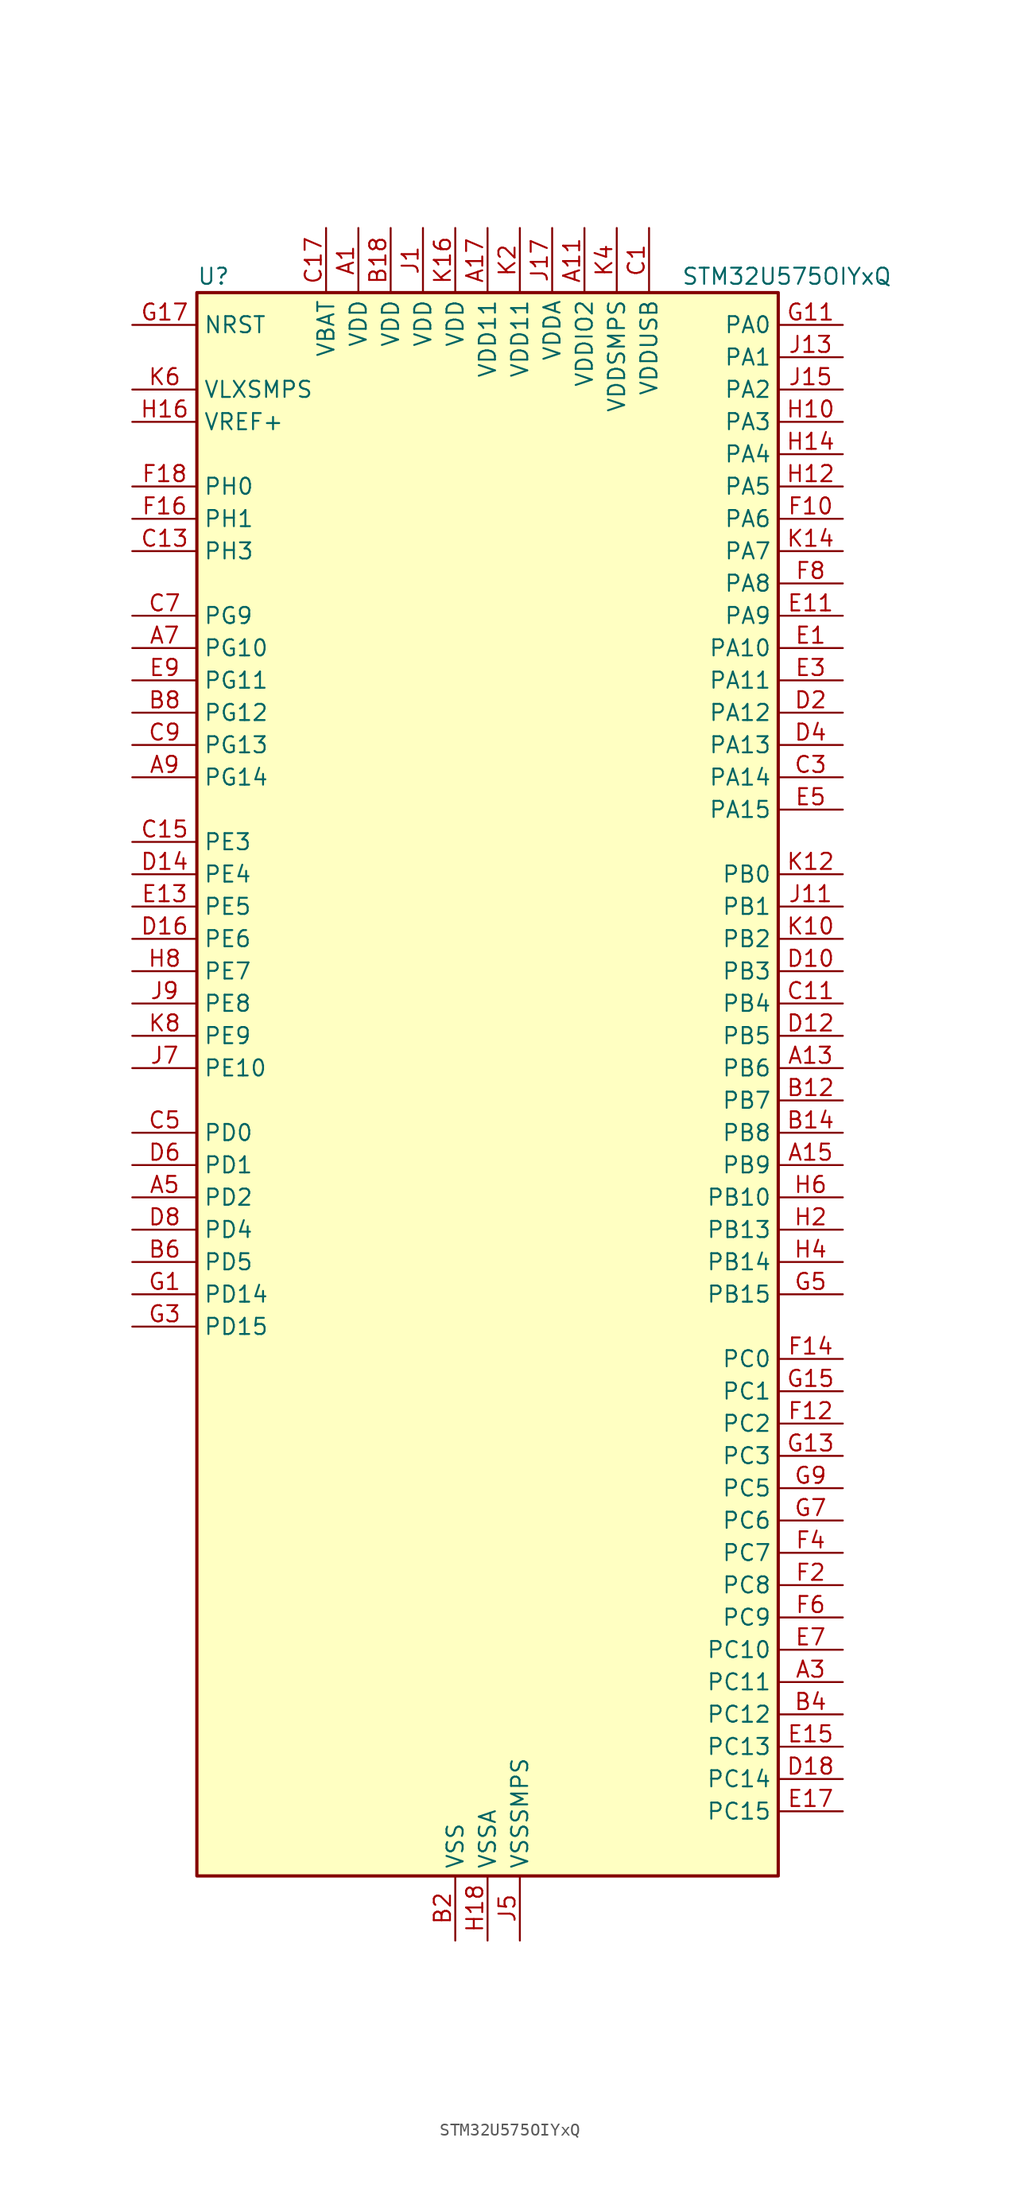
<source format=kicad_sym>
(kicad_symbol_lib
  (version 20220914)
  (generator kicad_symbol_editor)
  (symbol "STM32U575OIYxQ"
    (property "Reference" "U"
      (at -22.86 64.77 0)
      (effects (font (size 1.27 1.27)) (justify left)))
    (property "Value" "STM32U575OIYxQ"
      (at 15.24 64.77 0)
      (effects (font (size 1.27 1.27)) (justify left)))
    (property "ki_locked" ""
      (at 0 0 0)
      (effects (font (size 1.27 1.27))))
    (symbol "STM32U575OIYxQ_0_1"
      (rectangle (start -22.86 -60.96) (end 22.86 63.5) (stroke (width 0.254) (type default)) (fill (type background))))
    (symbol "STM32U575OIYxQ_1_1"
      (pin power_in line (at -10.16 68.58 270) (length 5.08) (name "VDD" (effects (font (size 1.27 1.27)))) (number "A1" (effects (font (size 1.27 1.27)))))
      (pin power_in line (at 7.62 68.58 270) (length 5.08) (name "VDDIO2" (effects (font (size 1.27 1.27)))) (number "A11" (effects (font (size 1.27 1.27)))))
      (pin bidirectional line (at 27.94 2.54 180) (length 5.08) (name "PB6" (effects (font (size 1.27 1.27)))) (number "A13" (effects (font (size 1.27 1.27)))) (alternate "COMP2_INP" bidirectional line) (alternate "DCMI_D5" bidirectional line) (alternate "I2C1_SCL" bidirectional line) (alternate "I2C4_SCL" bidirectional line) (alternate "LPTIM1_ETR" bidirectional line) (alternate "MDF1_SDI5" bidirectional line) (alternate "PSSI_D5" bidirectional line) (alternate "PWR_WKUP3" bidirectional line) (alternate "SAI1_FS_B" bidirectional line) (alternate "TIM16_CH1N" bidirectional line) (alternate "TIM4_CH1" bidirectional line) (alternate "TIM8_BKIN2" bidirectional line) (alternate "TSC_G2_IO3" bidirectional line) (alternate "USART1_TX" bidirectional line))
      (pin bidirectional line (at 27.94 -5.08 180) (length 5.08) (name "PB9" (effects (font (size 1.27 1.27)))) (number "A15" (effects (font (size 1.27 1.27)))) (alternate "DAC1_EXTI9" bidirectional line) (alternate "DCMI_D7" bidirectional line) (alternate "FDCAN1_TX" bidirectional line) (alternate "I2C1_SDA" bidirectional line) (alternate "IR_OUT" bidirectional line) (alternate "PSSI_D7" bidirectional line) (alternate "SAI1_D2" bidirectional line) (alternate "SAI1_FS_A" bidirectional line) (alternate "SDMMC1_CDIR" bidirectional line) (alternate "SDMMC1_D5" bidirectional line) (alternate "SDMMC2_D5" bidirectional line) (alternate "SPI2_NSS" bidirectional line) (alternate "TIM17_CH1" bidirectional line) (alternate "TIM4_CH4" bidirectional line))
      (pin power_in line (at 0 68.58 270) (length 5.08) (name "VDD11" (effects (font (size 1.27 1.27)))) (number "A17" (effects (font (size 1.27 1.27)))))
      (pin bidirectional line (at 27.94 -45.72 180) (length 5.08) (name "PC11" (effects (font (size 1.27 1.27)))) (number "A3" (effects (font (size 1.27 1.27)))) (alternate "ADC1_EXTI11" bidirectional line) (alternate "ADF1_SDI0" bidirectional line) (alternate "DCMI_D2" bidirectional line) (alternate "DCMI_D4" bidirectional line) (alternate "LPTIM3_IN1" bidirectional line) (alternate "OCTOSPIM_P1_NCS" bidirectional line) (alternate "PSSI_D2" bidirectional line) (alternate "PSSI_D4" bidirectional line) (alternate "SDMMC1_D3" bidirectional line) (alternate "SPI3_MISO" bidirectional line) (alternate "TSC_G3_IO3" bidirectional line) (alternate "UART4_RX" bidirectional line) (alternate "UCPD1_FRSTX2" bidirectional line) (alternate "USART3_RX" bidirectional line))
      (pin bidirectional line (at -27.94 -7.62 0) (length 5.08) (name "PD2" (effects (font (size 1.27 1.27)))) (number "A5" (effects (font (size 1.27 1.27)))) (alternate "DCMI_D11" bidirectional line) (alternate "DEBUG_TRACED2" bidirectional line) (alternate "LPTIM4_ETR" bidirectional line) (alternate "PSSI_D11" bidirectional line) (alternate "SDMMC1_CMD" bidirectional line) (alternate "TIM3_ETR" bidirectional line) (alternate "TSC_SYNC" bidirectional line) (alternate "UART5_RX" bidirectional line) (alternate "USART3_DE" bidirectional line) (alternate "USART3_RTS" bidirectional line))
      (pin bidirectional line (at -27.94 35.56 0) (length 5.08) (name "PG10" (effects (font (size 1.27 1.27)))) (number "A7" (effects (font (size 1.27 1.27)))) (alternate "FMC_NE3" bidirectional line) (alternate "LPTIM1_IN1" bidirectional line) (alternate "OCTOSPIM_P2_IO7" bidirectional line) (alternate "SPI3_MISO" bidirectional line) (alternate "TIM15_CH1" bidirectional line) (alternate "USART1_RX" bidirectional line))
      (pin bidirectional line (at -27.94 25.4 0) (length 5.08) (name "PG14" (effects (font (size 1.27 1.27)))) (number "A9" (effects (font (size 1.27 1.27)))) (alternate "FMC_A25" bidirectional line) (alternate "I2C1_SCL" bidirectional line) (alternate "LPTIM1_CH2" bidirectional line))
      (pin passive line (at -2.54 -66.04 90) (length 5.08) hide (name "VSS" (effects (font (size 1.27 1.27)))) (number "B10" (effects (font (size 1.27 1.27)))))
      (pin bidirectional line (at 27.94 0 180) (length 5.08) (name "PB7" (effects (font (size 1.27 1.27)))) (number "B12" (effects (font (size 1.27 1.27)))) (alternate "COMP2_INM" bidirectional line) (alternate "DCMI_VSYNC" bidirectional line) (alternate "FMC_NL" bidirectional line) (alternate "I2C1_SDA" bidirectional line) (alternate "I2C4_SDA" bidirectional line) (alternate "LPTIM1_IN2" bidirectional line) (alternate "MDF1_CKI5" bidirectional line) (alternate "PSSI_RDY" bidirectional line) (alternate "PWR_PVD_IN" bidirectional line) (alternate "PWR_WKUP4" bidirectional line) (alternate "TIM17_CH1N" bidirectional line) (alternate "TIM4_CH2" bidirectional line) (alternate "TIM8_BKIN" bidirectional line) (alternate "TSC_G2_IO4" bidirectional line) (alternate "UART4_CTS" bidirectional line) (alternate "USART1_RX" bidirectional line))
      (pin bidirectional line (at 27.94 -2.54 180) (length 5.08) (name "PB8" (effects (font (size 1.27 1.27)))) (number "B14" (effects (font (size 1.27 1.27)))) (alternate "DCMI_D6" bidirectional line) (alternate "FDCAN1_RX" bidirectional line) (alternate "I2C1_SCL" bidirectional line) (alternate "MDF1_CCK0" bidirectional line) (alternate "PSSI_D6" bidirectional line) (alternate "PWR_WKUP5" bidirectional line) (alternate "SAI1_CK1" bidirectional line) (alternate "SAI1_MCLK_A" bidirectional line) (alternate "SDMMC1_CKIN" bidirectional line) (alternate "SDMMC1_D4" bidirectional line) (alternate "SDMMC2_D4" bidirectional line) (alternate "SPI3_RDY" bidirectional line) (alternate "TIM16_CH1" bidirectional line) (alternate "TIM4_CH3" bidirectional line))
      (pin passive line (at -2.54 -66.04 90) (length 5.08) hide (name "VSS" (effects (font (size 1.27 1.27)))) (number "B16" (effects (font (size 1.27 1.27)))))
      (pin power_in line (at -7.62 68.58 270) (length 5.08) (name "VDD" (effects (font (size 1.27 1.27)))) (number "B18" (effects (font (size 1.27 1.27)))))
      (pin power_in line (at -2.54 -66.04 90) (length 5.08) (name "VSS" (effects (font (size 1.27 1.27)))) (number "B2" (effects (font (size 1.27 1.27)))))
      (pin bidirectional line (at 27.94 -48.26 180) (length 5.08) (name "PC12" (effects (font (size 1.27 1.27)))) (number "B4" (effects (font (size 1.27 1.27)))) (alternate "DCMI_D9" bidirectional line) (alternate "DEBUG_TRACED3" bidirectional line) (alternate "PSSI_D9" bidirectional line) (alternate "SDMMC1_CK" bidirectional line) (alternate "SPI3_MOSI" bidirectional line) (alternate "TSC_G3_IO4" bidirectional line) (alternate "UART5_TX" bidirectional line) (alternate "USART3_CK" bidirectional line))
      (pin bidirectional line (at -27.94 -12.7 0) (length 5.08) (name "PD5" (effects (font (size 1.27 1.27)))) (number "B6" (effects (font (size 1.27 1.27)))) (alternate "FMC_NWE" bidirectional line) (alternate "OCTOSPIM_P1_IO5" bidirectional line) (alternate "SPI2_RDY" bidirectional line) (alternate "USART2_TX" bidirectional line))
      (pin bidirectional line (at -27.94 30.48 0) (length 5.08) (name "PG12" (effects (font (size 1.27 1.27)))) (number "B8" (effects (font (size 1.27 1.27)))) (alternate "FMC_NE4" bidirectional line) (alternate "LPTIM1_ETR" bidirectional line) (alternate "OCTOSPIM_P2_NCS" bidirectional line) (alternate "SPI3_NSS" bidirectional line) (alternate "USART1_DE" bidirectional line) (alternate "USART1_RTS" bidirectional line))
      (pin power_in line (at 12.7 68.58 270) (length 5.08) (name "VDDUSB" (effects (font (size 1.27 1.27)))) (number "C1" (effects (font (size 1.27 1.27)))))
      (pin bidirectional line (at 27.94 7.62 180) (length 5.08) (name "PB4" (effects (font (size 1.27 1.27)))) (number "C11" (effects (font (size 1.27 1.27)))) (alternate "ADF1_SDI0" bidirectional line) (alternate "COMP2_INP" bidirectional line) (alternate "DCMI_D12" bidirectional line) (alternate "DEBUG_JTRST" bidirectional line) (alternate "I2C3_SDA" bidirectional line) (alternate "LPTIM1_CH2" bidirectional line) (alternate "PSSI_D12" bidirectional line) (alternate "SAI1_MCLK_B" bidirectional line) (alternate "SDMMC2_D3" bidirectional line) (alternate "SPI1_MISO" bidirectional line) (alternate "SPI3_MISO" bidirectional line) (alternate "TIM17_BKIN" bidirectional line) (alternate "TIM3_CH1" bidirectional line) (alternate "TSC_G2_IO1" bidirectional line) (alternate "UART5_DE" bidirectional line) (alternate "UART5_RTS" bidirectional line) (alternate "USART1_CTS" bidirectional line))
      (pin bidirectional line (at -27.94 43.18 0) (length 5.08) (name "PH3" (effects (font (size 1.27 1.27)))) (number "C13" (effects (font (size 1.27 1.27)))))
      (pin bidirectional line (at -27.94 20.32 0) (length 5.08) (name "PE3" (effects (font (size 1.27 1.27)))) (number "C15" (effects (font (size 1.27 1.27)))) (alternate "DEBUG_TRACED0" bidirectional line) (alternate "FMC_A19" bidirectional line) (alternate "OCTOSPIM_P1_DQS" bidirectional line) (alternate "SAI1_SD_B" bidirectional line) (alternate "TAMP_IN6" bidirectional line) (alternate "TAMP_OUT3" bidirectional line) (alternate "TIM3_CH1" bidirectional line) (alternate "TSC_G7_IO2" bidirectional line))
      (pin power_in line (at -12.7 68.58 270) (length 5.08) (name "VBAT" (effects (font (size 1.27 1.27)))) (number "C17" (effects (font (size 1.27 1.27)))))
      (pin bidirectional line (at 27.94 25.4 180) (length 5.08) (name "PA14" (effects (font (size 1.27 1.27)))) (number "C3" (effects (font (size 1.27 1.27)))) (alternate "DEBUG_JTCK-SWCLK" bidirectional line) (alternate "I2C1_SMBA" bidirectional line) (alternate "I2C4_SMBA" bidirectional line) (alternate "LPTIM1_CH1" bidirectional line) (alternate "SAI1_FS_B" bidirectional line) (alternate "USB_OTG_FS_SOF" bidirectional line))
      (pin bidirectional line (at -27.94 -2.54 0) (length 5.08) (name "PD0" (effects (font (size 1.27 1.27)))) (number "C5" (effects (font (size 1.27 1.27)))) (alternate "FDCAN1_RX" bidirectional line) (alternate "FMC_D2" bidirectional line) (alternate "FMC_DA2" bidirectional line) (alternate "SPI2_NSS" bidirectional line) (alternate "TIM8_CH4N" bidirectional line))
      (pin bidirectional line (at -27.94 38.1 0) (length 5.08) (name "PG9" (effects (font (size 1.27 1.27)))) (number "C7" (effects (font (size 1.27 1.27)))) (alternate "DAC1_EXTI9" bidirectional line) (alternate "FMC_NCE" bidirectional line) (alternate "FMC_NE2" bidirectional line) (alternate "OCTOSPIM_P2_IO6" bidirectional line) (alternate "SPI3_SCK" bidirectional line) (alternate "TIM15_CH1N" bidirectional line) (alternate "USART1_TX" bidirectional line))
      (pin bidirectional line (at -27.94 27.94 0) (length 5.08) (name "PG13" (effects (font (size 1.27 1.27)))) (number "C9" (effects (font (size 1.27 1.27)))) (alternate "FMC_A24" bidirectional line) (alternate "I2C1_SDA" bidirectional line) (alternate "SPI3_RDY" bidirectional line) (alternate "USART1_CK" bidirectional line))
      (pin bidirectional line (at 27.94 10.16 180) (length 5.08) (name "PB3" (effects (font (size 1.27 1.27)))) (number "D10" (effects (font (size 1.27 1.27)))) (alternate "ADF1_CCK0" bidirectional line) (alternate "COMP2_INM" bidirectional line) (alternate "CRS_SYNC" bidirectional line) (alternate "DEBUG_JTDO-SWO" bidirectional line) (alternate "I2C1_SDA" bidirectional line) (alternate "LPTIM1_CH1" bidirectional line) (alternate "SAI1_SCK_B" bidirectional line) (alternate "SDMMC2_D2" bidirectional line) (alternate "SPI1_SCK" bidirectional line) (alternate "SPI3_SCK" bidirectional line) (alternate "TIM2_CH2" bidirectional line) (alternate "USART1_DE" bidirectional line) (alternate "USART1_RTS" bidirectional line))
      (pin bidirectional line (at 27.94 5.08 180) (length 5.08) (name "PB5" (effects (font (size 1.27 1.27)))) (number "D12" (effects (font (size 1.27 1.27)))) (alternate "COMP2_OUT" bidirectional line) (alternate "DCMI_D10" bidirectional line) (alternate "I2C1_SMBA" bidirectional line) (alternate "LPTIM1_IN1" bidirectional line) (alternate "OCTOSPIM_P1_NCLK" bidirectional line) (alternate "PSSI_D10" bidirectional line) (alternate "PWR_WKUP6" bidirectional line) (alternate "SAI1_SD_B" bidirectional line) (alternate "SPI1_MOSI" bidirectional line) (alternate "SPI3_MOSI" bidirectional line) (alternate "TIM16_BKIN" bidirectional line) (alternate "TIM3_CH2" bidirectional line) (alternate "TSC_G2_IO2" bidirectional line) (alternate "UART5_CTS" bidirectional line) (alternate "UCPD1_DBCC1" bidirectional line) (alternate "USART1_CK" bidirectional line))
      (pin bidirectional line (at -27.94 17.78 0) (length 5.08) (name "PE4" (effects (font (size 1.27 1.27)))) (number "D14" (effects (font (size 1.27 1.27)))) (alternate "DCMI_D4" bidirectional line) (alternate "DEBUG_TRACED1" bidirectional line) (alternate "FMC_A20" bidirectional line) (alternate "MDF1_SDI3" bidirectional line) (alternate "PSSI_D4" bidirectional line) (alternate "PWR_WKUP1" bidirectional line) (alternate "SAI1_D2" bidirectional line) (alternate "SAI1_FS_A" bidirectional line) (alternate "TAMP_IN7" bidirectional line) (alternate "TAMP_OUT8" bidirectional line) (alternate "TIM3_CH2" bidirectional line) (alternate "TSC_G7_IO3" bidirectional line))
      (pin bidirectional line (at -27.94 12.7 0) (length 5.08) (name "PE6" (effects (font (size 1.27 1.27)))) (number "D16" (effects (font (size 1.27 1.27)))) (alternate "DCMI_D7" bidirectional line) (alternate "DEBUG_TRACED3" bidirectional line) (alternate "FMC_A22" bidirectional line) (alternate "PSSI_D7" bidirectional line) (alternate "PWR_WKUP3" bidirectional line) (alternate "SAI1_D1" bidirectional line) (alternate "SAI1_SD_A" bidirectional line) (alternate "TAMP_IN3" bidirectional line) (alternate "TAMP_OUT6" bidirectional line) (alternate "TIM3_CH4" bidirectional line))
      (pin bidirectional line (at 27.94 -53.34 180) (length 5.08) (name "PC14" (effects (font (size 1.27 1.27)))) (number "D18" (effects (font (size 1.27 1.27)))) (alternate "RCC_OSC32_IN" bidirectional line))
      (pin bidirectional line (at 27.94 30.48 180) (length 5.08) (name "PA12" (effects (font (size 1.27 1.27)))) (number "D2" (effects (font (size 1.27 1.27)))) (alternate "FDCAN1_TX" bidirectional line) (alternate "OCTOSPIM_P2_NCS" bidirectional line) (alternate "SPI1_MOSI" bidirectional line) (alternate "TIM1_ETR" bidirectional line) (alternate "USART1_DE" bidirectional line) (alternate "USART1_RTS" bidirectional line) (alternate "USB_OTG_FS_DP" bidirectional line))
      (pin bidirectional line (at 27.94 27.94 180) (length 5.08) (name "PA13" (effects (font (size 1.27 1.27)))) (number "D4" (effects (font (size 1.27 1.27)))) (alternate "DEBUG_JTMS-SWDIO" bidirectional line) (alternate "IR_OUT" bidirectional line) (alternate "SAI1_SD_B" bidirectional line) (alternate "USB_OTG_FS_NOE" bidirectional line))
      (pin bidirectional line (at -27.94 -5.08 0) (length 5.08) (name "PD1" (effects (font (size 1.27 1.27)))) (number "D6" (effects (font (size 1.27 1.27)))) (alternate "FDCAN1_TX" bidirectional line) (alternate "FMC_D3" bidirectional line) (alternate "FMC_DA3" bidirectional line) (alternate "SPI2_SCK" bidirectional line))
      (pin bidirectional line (at -27.94 -10.16 0) (length 5.08) (name "PD4" (effects (font (size 1.27 1.27)))) (number "D8" (effects (font (size 1.27 1.27)))) (alternate "FMC_NOE" bidirectional line) (alternate "MDF1_CKI0" bidirectional line) (alternate "OCTOSPIM_P1_IO4" bidirectional line) (alternate "SPI2_MOSI" bidirectional line) (alternate "USART2_DE" bidirectional line) (alternate "USART2_RTS" bidirectional line))
      (pin bidirectional line (at 27.94 35.56 180) (length 5.08) (name "PA10" (effects (font (size 1.27 1.27)))) (number "E1" (effects (font (size 1.27 1.27)))) (alternate "CRS_SYNC" bidirectional line) (alternate "DCMI_D1" bidirectional line) (alternate "LPTIM2_IN2" bidirectional line) (alternate "PSSI_D1" bidirectional line) (alternate "SAI1_D1" bidirectional line) (alternate "SAI1_SD_A" bidirectional line) (alternate "TIM17_BKIN" bidirectional line) (alternate "TIM1_CH3" bidirectional line) (alternate "USART1_RX" bidirectional line) (alternate "USB_OTG_FS_ID" bidirectional line))
      (pin bidirectional line (at 27.94 38.1 180) (length 5.08) (name "PA9" (effects (font (size 1.27 1.27)))) (number "E11" (effects (font (size 1.27 1.27)))) (alternate "DAC1_EXTI9" bidirectional line) (alternate "DCMI_D0" bidirectional line) (alternate "PSSI_D0" bidirectional line) (alternate "SAI1_FS_A" bidirectional line) (alternate "SPI2_SCK" bidirectional line) (alternate "TIM15_BKIN" bidirectional line) (alternate "TIM1_CH2" bidirectional line) (alternate "USART1_TX" bidirectional line) (alternate "USB_OTG_FS_VBUS" bidirectional line))
      (pin bidirectional line (at -27.94 15.24 0) (length 5.08) (name "PE5" (effects (font (size 1.27 1.27)))) (number "E13" (effects (font (size 1.27 1.27)))) (alternate "DCMI_D6" bidirectional line) (alternate "DEBUG_TRACED2" bidirectional line) (alternate "FMC_A21" bidirectional line) (alternate "MDF1_CKI3" bidirectional line) (alternate "PSSI_D6" bidirectional line) (alternate "PWR_WKUP2" bidirectional line) (alternate "SAI1_CK2" bidirectional line) (alternate "SAI1_SCK_A" bidirectional line) (alternate "TAMP_IN8" bidirectional line) (alternate "TAMP_OUT7" bidirectional line) (alternate "TIM3_CH3" bidirectional line) (alternate "TSC_G7_IO4" bidirectional line))
      (pin bidirectional line (at 27.94 -50.8 180) (length 5.08) (name "PC13" (effects (font (size 1.27 1.27)))) (number "E15" (effects (font (size 1.27 1.27)))) (alternate "PWR_WKUP2" bidirectional line) (alternate "RTC_OUT1" bidirectional line) (alternate "RTC_TS" bidirectional line) (alternate "TAMP_IN1" bidirectional line) (alternate "TAMP_OUT2" bidirectional line))
      (pin bidirectional line (at 27.94 -55.88 180) (length 5.08) (name "PC15" (effects (font (size 1.27 1.27)))) (number "E17" (effects (font (size 1.27 1.27)))) (alternate "ADC1_EXTI15" bidirectional line) (alternate "ADC4_EXTI15" bidirectional line) (alternate "RCC_OSC32_OUT" bidirectional line))
      (pin bidirectional line (at 27.94 33.02 180) (length 5.08) (name "PA11" (effects (font (size 1.27 1.27)))) (number "E3" (effects (font (size 1.27 1.27)))) (alternate "ADC1_EXTI11" bidirectional line) (alternate "FDCAN1_RX" bidirectional line) (alternate "SPI1_MISO" bidirectional line) (alternate "TIM1_BKIN2" bidirectional line) (alternate "TIM1_CH4" bidirectional line) (alternate "USART1_CTS" bidirectional line) (alternate "USB_OTG_FS_DM" bidirectional line))
      (pin bidirectional line (at 27.94 22.86 180) (length 5.08) (name "PA15" (effects (font (size 1.27 1.27)))) (number "E5" (effects (font (size 1.27 1.27)))) (alternate "ADC1_EXTI15" bidirectional line) (alternate "ADC4_EXTI15" bidirectional line) (alternate "DEBUG_JTDI" bidirectional line) (alternate "SPI1_NSS" bidirectional line) (alternate "SPI3_NSS" bidirectional line) (alternate "TIM2_CH1" bidirectional line) (alternate "TIM2_ETR" bidirectional line) (alternate "UART4_DE" bidirectional line) (alternate "UART4_RTS" bidirectional line) (alternate "UCPD1_CC1" bidirectional line) (alternate "USART2_RX" bidirectional line) (alternate "USART3_DE" bidirectional line) (alternate "USART3_RTS" bidirectional line))
      (pin bidirectional line (at 27.94 -43.18 180) (length 5.08) (name "PC10" (effects (font (size 1.27 1.27)))) (number "E7" (effects (font (size 1.27 1.27)))) (alternate "ADF1_CCK1" bidirectional line) (alternate "DCMI_D8" bidirectional line) (alternate "DEBUG_TRACED1" bidirectional line) (alternate "LPTIM3_ETR" bidirectional line) (alternate "PSSI_D8" bidirectional line) (alternate "SDMMC1_D2" bidirectional line) (alternate "SPI3_SCK" bidirectional line) (alternate "TSC_G3_IO2" bidirectional line) (alternate "UART4_TX" bidirectional line) (alternate "USART3_TX" bidirectional line))
      (pin bidirectional line (at -27.94 33.02 0) (length 5.08) (name "PG11" (effects (font (size 1.27 1.27)))) (number "E9" (effects (font (size 1.27 1.27)))) (alternate "ADC1_EXTI11" bidirectional line) (alternate "LPTIM1_IN2" bidirectional line) (alternate "OCTOSPIM_P1_IO5" bidirectional line) (alternate "SPI3_MOSI" bidirectional line) (alternate "TIM15_CH2" bidirectional line) (alternate "USART1_CTS" bidirectional line))
      (pin bidirectional line (at 27.94 45.72 180) (length 5.08) (name "PA6" (effects (font (size 1.27 1.27)))) (number "F10" (effects (font (size 1.27 1.27)))) (alternate "ADC1_IN11" bidirectional line) (alternate "ADC4_IN11" bidirectional line) (alternate "DCMI_PIXCLK" bidirectional line) (alternate "LPUART1_CTS" bidirectional line) (alternate "OCTOSPIM_P1_IO3" bidirectional line) (alternate "OPAMP2_VINP" bidirectional line) (alternate "PSSI_PDCK" bidirectional line) (alternate "PWR_CDSTOP" bidirectional line) (alternate "PWR_WKUP7" bidirectional line) (alternate "SPI1_MISO" bidirectional line) (alternate "TIM16_CH1" bidirectional line) (alternate "TIM1_BKIN" bidirectional line) (alternate "TIM3_CH1" bidirectional line) (alternate "TIM8_BKIN" bidirectional line) (alternate "USART3_CTS" bidirectional line))
      (pin bidirectional line (at 27.94 -25.4 180) (length 5.08) (name "PC2" (effects (font (size 1.27 1.27)))) (number "F12" (effects (font (size 1.27 1.27)))) (alternate "ADC1_IN3" bidirectional line) (alternate "ADC4_IN3" bidirectional line) (alternate "LPTIM1_IN2" bidirectional line) (alternate "MDF1_CCK1" bidirectional line) (alternate "OCTOSPIM_P1_IO5" bidirectional line) (alternate "SPI2_MISO" bidirectional line))
      (pin bidirectional line (at 27.94 -20.32 180) (length 5.08) (name "PC0" (effects (font (size 1.27 1.27)))) (number "F14" (effects (font (size 1.27 1.27)))) (alternate "ADC1_IN1" bidirectional line) (alternate "ADC4_IN1" bidirectional line) (alternate "I2C3_SCL" bidirectional line) (alternate "LPTIM1_IN1" bidirectional line) (alternate "LPTIM2_IN1" bidirectional line) (alternate "LPUART1_RX" bidirectional line) (alternate "MDF1_SDI4" bidirectional line) (alternate "OCTOSPIM_P1_IO7" bidirectional line) (alternate "SDMMC1_D5" bidirectional line) (alternate "SPI2_RDY" bidirectional line))
      (pin bidirectional line (at -27.94 45.72 0) (length 5.08) (name "PH1" (effects (font (size 1.27 1.27)))) (number "F16" (effects (font (size 1.27 1.27)))) (alternate "RCC_OSC_OUT" bidirectional line))
      (pin bidirectional line (at -27.94 48.26 0) (length 5.08) (name "PH0" (effects (font (size 1.27 1.27)))) (number "F18" (effects (font (size 1.27 1.27)))) (alternate "RCC_OSC_IN" bidirectional line))
      (pin bidirectional line (at 27.94 -38.1 180) (length 5.08) (name "PC8" (effects (font (size 1.27 1.27)))) (number "F2" (effects (font (size 1.27 1.27)))) (alternate "DCMI_D2" bidirectional line) (alternate "LPTIM3_CH1" bidirectional line) (alternate "PSSI_D2" bidirectional line) (alternate "PWR_SRDSTOP" bidirectional line) (alternate "SDMMC1_D0" bidirectional line) (alternate "TIM3_CH3" bidirectional line) (alternate "TIM8_CH3" bidirectional line) (alternate "TSC_G4_IO3" bidirectional line))
      (pin bidirectional line (at 27.94 -35.56 180) (length 5.08) (name "PC7" (effects (font (size 1.27 1.27)))) (number "F4" (effects (font (size 1.27 1.27)))) (alternate "DCMI_D1" bidirectional line) (alternate "LPTIM2_CH2" bidirectional line) (alternate "MDF1_SDI3" bidirectional line) (alternate "PSSI_D1" bidirectional line) (alternate "PWR_CDSTOP" bidirectional line) (alternate "SDMMC1_D123DIR" bidirectional line) (alternate "SDMMC1_D7" bidirectional line) (alternate "SDMMC2_D7" bidirectional line) (alternate "TIM3_CH2" bidirectional line) (alternate "TIM8_CH2" bidirectional line) (alternate "TSC_G4_IO2" bidirectional line))
      (pin bidirectional line (at 27.94 -40.64 180) (length 5.08) (name "PC9" (effects (font (size 1.27 1.27)))) (number "F6" (effects (font (size 1.27 1.27)))) (alternate "DAC1_EXTI9" bidirectional line) (alternate "DCMI_D3" bidirectional line) (alternate "DEBUG_TRACED0" bidirectional line) (alternate "LPTIM3_CH2" bidirectional line) (alternate "PSSI_D3" bidirectional line) (alternate "SDMMC1_D1" bidirectional line) (alternate "TIM3_CH4" bidirectional line) (alternate "TIM8_BKIN2" bidirectional line) (alternate "TIM8_CH4" bidirectional line) (alternate "TSC_G4_IO4" bidirectional line) (alternate "USB_OTG_FS_NOE" bidirectional line))
      (pin bidirectional line (at 27.94 40.64 180) (length 5.08) (name "PA8" (effects (font (size 1.27 1.27)))) (number "F8" (effects (font (size 1.27 1.27)))) (alternate "DEBUG_TRACECLK" bidirectional line) (alternate "LPTIM2_CH1" bidirectional line) (alternate "RCC_MCO" bidirectional line) (alternate "SAI1_CK2" bidirectional line) (alternate "SAI1_SCK_A" bidirectional line) (alternate "SPI1_RDY" bidirectional line) (alternate "TIM1_CH1" bidirectional line) (alternate "USART1_CK" bidirectional line) (alternate "USB_OTG_FS_SOF" bidirectional line))
      (pin bidirectional line (at -27.94 -15.24 0) (length 5.08) (name "PD14" (effects (font (size 1.27 1.27)))) (number "G1" (effects (font (size 1.27 1.27)))) (alternate "FMC_D0" bidirectional line) (alternate "FMC_DA0" bidirectional line) (alternate "LPTIM3_CH1" bidirectional line) (alternate "TIM4_CH3" bidirectional line))
      (pin bidirectional line (at 27.94 60.96 180) (length 5.08) (name "PA0" (effects (font (size 1.27 1.27)))) (number "G11" (effects (font (size 1.27 1.27)))) (alternate "ADC1_IN5" bidirectional line) (alternate "AUDIOCLK" bidirectional line) (alternate "OCTOSPIM_P2_NCS" bidirectional line) (alternate "OPAMP1_VINP" bidirectional line) (alternate "PWR_WKUP1" bidirectional line) (alternate "SDMMC2_CMD" bidirectional line) (alternate "SPI3_RDY" bidirectional line) (alternate "TAMP_IN2" bidirectional line) (alternate "TAMP_OUT1" bidirectional line) (alternate "TIM2_CH1" bidirectional line) (alternate "TIM2_ETR" bidirectional line) (alternate "TIM5_CH1" bidirectional line) (alternate "TIM8_ETR" bidirectional line) (alternate "UART4_TX" bidirectional line) (alternate "USART2_CTS" bidirectional line))
      (pin bidirectional line (at 27.94 -27.94 180) (length 5.08) (name "PC3" (effects (font (size 1.27 1.27)))) (number "G13" (effects (font (size 1.27 1.27)))) (alternate "ADC1_IN4" bidirectional line) (alternate "ADC4_IN4" bidirectional line) (alternate "LPTIM1_ETR" bidirectional line) (alternate "LPTIM2_ETR" bidirectional line) (alternate "LPTIM3_CH1" bidirectional line) (alternate "OCTOSPIM_P1_IO6" bidirectional line) (alternate "SAI1_D1" bidirectional line) (alternate "SAI1_SD_A" bidirectional line) (alternate "SPI2_MOSI" bidirectional line))
      (pin bidirectional line (at 27.94 -22.86 180) (length 5.08) (name "PC1" (effects (font (size 1.27 1.27)))) (number "G15" (effects (font (size 1.27 1.27)))) (alternate "ADC1_IN2" bidirectional line) (alternate "ADC4_IN2" bidirectional line) (alternate "DEBUG_TRACED0" bidirectional line) (alternate "I2C3_SDA" bidirectional line) (alternate "LPTIM1_CH1" bidirectional line) (alternate "LPUART1_TX" bidirectional line) (alternate "MDF1_CKI4" bidirectional line) (alternate "OCTOSPIM_P1_IO4" bidirectional line) (alternate "SAI1_SD_A" bidirectional line) (alternate "SDMMC2_CK" bidirectional line) (alternate "SPI2_MOSI" bidirectional line))
      (pin input line (at -27.94 60.96 0) (length 5.08) (name "NRST" (effects (font (size 1.27 1.27)))) (number "G17" (effects (font (size 1.27 1.27)))))
      (pin bidirectional line (at -27.94 -17.78 0) (length 5.08) (name "PD15" (effects (font (size 1.27 1.27)))) (number "G3" (effects (font (size 1.27 1.27)))) (alternate "ADC1_EXTI15" bidirectional line) (alternate "ADC4_EXTI15" bidirectional line) (alternate "FMC_D1" bidirectional line) (alternate "FMC_DA1" bidirectional line) (alternate "LPTIM3_CH2" bidirectional line) (alternate "TIM4_CH4" bidirectional line))
      (pin bidirectional line (at 27.94 -15.24 180) (length 5.08) (name "PB15" (effects (font (size 1.27 1.27)))) (number "G5" (effects (font (size 1.27 1.27)))) (alternate "ADC1_EXTI15" bidirectional line) (alternate "ADC4_EXTI15" bidirectional line) (alternate "FMC_NBL1" bidirectional line) (alternate "LPTIM2_IN2" bidirectional line) (alternate "MDF1_CKI2" bidirectional line) (alternate "PWR_WKUP7" bidirectional line) (alternate "RTC_REFIN" bidirectional line) (alternate "SDMMC2_D1" bidirectional line) (alternate "SPI2_MOSI" bidirectional line) (alternate "TIM15_CH2" bidirectional line) (alternate "TIM1_CH3N" bidirectional line) (alternate "TIM8_CH3N" bidirectional line) (alternate "UCPD1_CC2" bidirectional line))
      (pin bidirectional line (at 27.94 -33.02 180) (length 5.08) (name "PC6" (effects (font (size 1.27 1.27)))) (number "G7" (effects (font (size 1.27 1.27)))) (alternate "DCMI_D0" bidirectional line) (alternate "MDF1_CKI3" bidirectional line) (alternate "PSSI_D0" bidirectional line) (alternate "PWR_CSLEEP" bidirectional line) (alternate "SDMMC1_D0DIR" bidirectional line) (alternate "SDMMC1_D6" bidirectional line) (alternate "SDMMC2_D6" bidirectional line) (alternate "TIM3_CH1" bidirectional line) (alternate "TIM8_CH1" bidirectional line) (alternate "TSC_G4_IO1" bidirectional line))
      (pin bidirectional line (at 27.94 -30.48 180) (length 5.08) (name "PC5" (effects (font (size 1.27 1.27)))) (number "G9" (effects (font (size 1.27 1.27)))) (alternate "ADC1_IN14" bidirectional line) (alternate "ADC4_IN23" bidirectional line) (alternate "COMP1_INP" bidirectional line) (alternate "PSSI_D15" bidirectional line) (alternate "PWR_WKUP5" bidirectional line) (alternate "SAI1_D3" bidirectional line) (alternate "TAMP_IN4" bidirectional line) (alternate "TAMP_OUT5" bidirectional line) (alternate "TIM1_CH4N" bidirectional line) (alternate "USART3_RX" bidirectional line))
      (pin bidirectional line (at 27.94 53.34 180) (length 5.08) (name "PA3" (effects (font (size 1.27 1.27)))) (number "H10" (effects (font (size 1.27 1.27)))) (alternate "ADC1_IN8" bidirectional line) (alternate "LPUART1_RX" bidirectional line) (alternate "OCTOSPIM_P1_CLK" bidirectional line) (alternate "OPAMP1_VOUT" bidirectional line) (alternate "PWR_WKUP5" bidirectional line) (alternate "SAI1_CK1" bidirectional line) (alternate "SAI1_MCLK_A" bidirectional line) (alternate "TIM15_CH2" bidirectional line) (alternate "TIM2_CH4" bidirectional line) (alternate "TIM5_CH4" bidirectional line) (alternate "USART2_RX" bidirectional line))
      (pin bidirectional line (at 27.94 48.26 180) (length 5.08) (name "PA5" (effects (font (size 1.27 1.27)))) (number "H12" (effects (font (size 1.27 1.27)))) (alternate "ADC1_IN10" bidirectional line) (alternate "ADC4_IN10" bidirectional line) (alternate "DAC1_OUT2" bidirectional line) (alternate "LPTIM2_ETR" bidirectional line) (alternate "PSSI_D14" bidirectional line) (alternate "PWR_CSLEEP" bidirectional line) (alternate "PWR_WKUP6" bidirectional line) (alternate "SPI1_SCK" bidirectional line) (alternate "TIM2_CH1" bidirectional line) (alternate "TIM2_ETR" bidirectional line) (alternate "TIM8_CH1N" bidirectional line) (alternate "USART3_RX" bidirectional line))
      (pin bidirectional line (at 27.94 50.8 180) (length 5.08) (name "PA4" (effects (font (size 1.27 1.27)))) (number "H14" (effects (font (size 1.27 1.27)))) (alternate "ADC1_IN9" bidirectional line) (alternate "ADC4_IN9" bidirectional line) (alternate "DAC1_OUT1" bidirectional line) (alternate "DCMI_HSYNC" bidirectional line) (alternate "LPTIM2_CH1" bidirectional line) (alternate "OCTOSPIM_P1_NCS" bidirectional line) (alternate "PSSI_DE" bidirectional line) (alternate "PWR_WKUP2" bidirectional line) (alternate "SAI1_FS_B" bidirectional line) (alternate "SPI1_NSS" bidirectional line) (alternate "SPI3_NSS" bidirectional line) (alternate "USART2_CK" bidirectional line))
      (pin input line (at -27.94 53.34 0) (length 5.08) (name "VREF+" (effects (font (size 1.27 1.27)))) (number "H16" (effects (font (size 1.27 1.27)))) (alternate "VREFBUF_OUT" bidirectional line))
      (pin power_in line (at 0 -66.04 90) (length 5.08) (name "VSSA" (effects (font (size 1.27 1.27)))) (number "H18" (effects (font (size 1.27 1.27)))))
      (pin bidirectional line (at 27.94 -10.16 180) (length 5.08) (name "PB13" (effects (font (size 1.27 1.27)))) (number "H2" (effects (font (size 1.27 1.27)))) (alternate "I2C2_SCL" bidirectional line) (alternate "LPTIM3_IN1" bidirectional line) (alternate "LPUART1_CTS" bidirectional line) (alternate "MDF1_CKI1" bidirectional line) (alternate "SPI2_SCK" bidirectional line) (alternate "TIM15_CH1N" bidirectional line) (alternate "TIM1_CH1N" bidirectional line) (alternate "TSC_G1_IO2" bidirectional line) (alternate "USART3_CTS" bidirectional line))
      (pin bidirectional line (at 27.94 -12.7 180) (length 5.08) (name "PB14" (effects (font (size 1.27 1.27)))) (number "H4" (effects (font (size 1.27 1.27)))) (alternate "I2C2_SDA" bidirectional line) (alternate "LPTIM3_ETR" bidirectional line) (alternate "MDF1_SDI2" bidirectional line) (alternate "SDMMC2_D0" bidirectional line) (alternate "SPI2_MISO" bidirectional line) (alternate "TIM15_CH1" bidirectional line) (alternate "TIM1_CH2N" bidirectional line) (alternate "TIM8_CH2N" bidirectional line) (alternate "TSC_G1_IO3" bidirectional line) (alternate "UCPD1_DBCC2" bidirectional line) (alternate "USART3_DE" bidirectional line) (alternate "USART3_RTS" bidirectional line))
      (pin bidirectional line (at 27.94 -7.62 180) (length 5.08) (name "PB10" (effects (font (size 1.27 1.27)))) (number "H6" (effects (font (size 1.27 1.27)))) (alternate "COMP1_OUT" bidirectional line) (alternate "I2C2_SCL" bidirectional line) (alternate "I2C4_SCL" bidirectional line) (alternate "LPTIM3_CH1" bidirectional line) (alternate "LPUART1_RX" bidirectional line) (alternate "OCTOSPIM_P1_CLK" bidirectional line) (alternate "PWR_WKUP8" bidirectional line) (alternate "SAI1_SCK_A" bidirectional line) (alternate "SPI2_SCK" bidirectional line) (alternate "TIM2_CH3" bidirectional line) (alternate "TSC_SYNC" bidirectional line) (alternate "USART3_TX" bidirectional line))
      (pin bidirectional line (at -27.94 10.16 0) (length 5.08) (name "PE7" (effects (font (size 1.27 1.27)))) (number "H8" (effects (font (size 1.27 1.27)))) (alternate "FMC_D4" bidirectional line) (alternate "FMC_DA4" bidirectional line) (alternate "MDF1_SDI2" bidirectional line) (alternate "PWR_WKUP6" bidirectional line) (alternate "SAI1_SD_B" bidirectional line) (alternate "TIM1_ETR" bidirectional line))
      (pin power_in line (at -5.08 68.58 270) (length 5.08) (name "VDD" (effects (font (size 1.27 1.27)))) (number "J1" (effects (font (size 1.27 1.27)))))
      (pin bidirectional line (at 27.94 15.24 180) (length 5.08) (name "PB1" (effects (font (size 1.27 1.27)))) (number "J11" (effects (font (size 1.27 1.27)))) (alternate "ADC1_IN16" bidirectional line) (alternate "ADC4_IN19" bidirectional line) (alternate "COMP1_INM" bidirectional line) (alternate "LPTIM2_IN1" bidirectional line) (alternate "LPTIM3_CH2" bidirectional line) (alternate "LPUART1_DE" bidirectional line) (alternate "LPUART1_RTS" bidirectional line) (alternate "MDF1_SDI0" bidirectional line) (alternate "OCTOSPIM_P1_IO0" bidirectional line) (alternate "PWR_WKUP4" bidirectional line) (alternate "TIM1_CH3N" bidirectional line) (alternate "TIM3_CH4" bidirectional line) (alternate "TIM8_CH3N" bidirectional line) (alternate "USART3_DE" bidirectional line) (alternate "USART3_RTS" bidirectional line))
      (pin bidirectional line (at 27.94 58.42 180) (length 5.08) (name "PA1" (effects (font (size 1.27 1.27)))) (number "J13" (effects (font (size 1.27 1.27)))) (alternate "ADC1_IN6" bidirectional line) (alternate "I2C1_SMBA" bidirectional line) (alternate "LPTIM1_CH2" bidirectional line) (alternate "OCTOSPIM_P1_DQS" bidirectional line) (alternate "OPAMP1_VINM" bidirectional line) (alternate "PWR_WKUP3" bidirectional line) (alternate "SPI1_SCK" bidirectional line) (alternate "TAMP_IN5" bidirectional line) (alternate "TAMP_OUT4" bidirectional line) (alternate "TIM15_CH1N" bidirectional line) (alternate "TIM2_CH2" bidirectional line) (alternate "TIM5_CH2" bidirectional line) (alternate "UART4_RX" bidirectional line) (alternate "USART2_DE" bidirectional line) (alternate "USART2_RTS" bidirectional line))
      (pin bidirectional line (at 27.94 55.88 180) (length 5.08) (name "PA2" (effects (font (size 1.27 1.27)))) (number "J15" (effects (font (size 1.27 1.27)))) (alternate "ADC1_IN7" bidirectional line) (alternate "COMP1_INP" bidirectional line) (alternate "LPUART1_TX" bidirectional line) (alternate "OCTOSPIM_P1_NCS" bidirectional line) (alternate "PWR_WKUP4" bidirectional line) (alternate "RCC_LSCO" bidirectional line) (alternate "SPI1_RDY" bidirectional line) (alternate "TIM15_CH1" bidirectional line) (alternate "TIM2_CH3" bidirectional line) (alternate "TIM5_CH3" bidirectional line) (alternate "UCPD1_FRSTX1" bidirectional line) (alternate "USART2_TX" bidirectional line))
      (pin power_in line (at 5.08 68.58 270) (length 5.08) (name "VDDA" (effects (font (size 1.27 1.27)))) (number "J17" (effects (font (size 1.27 1.27)))))
      (pin passive line (at -2.54 -66.04 90) (length 5.08) hide (name "VSS" (effects (font (size 1.27 1.27)))) (number "J3" (effects (font (size 1.27 1.27)))))
      (pin power_in line (at 2.54 -66.04 90) (length 5.08) (name "VSSSMPS" (effects (font (size 1.27 1.27)))) (number "J5" (effects (font (size 1.27 1.27)))))
      (pin bidirectional line (at -27.94 2.54 0) (length 5.08) (name "PE10" (effects (font (size 1.27 1.27)))) (number "J7" (effects (font (size 1.27 1.27)))) (alternate "ADF1_SDI0" bidirectional line) (alternate "FMC_D7" bidirectional line) (alternate "FMC_DA7" bidirectional line) (alternate "MDF1_SDI4" bidirectional line) (alternate "OCTOSPIM_P1_CLK" bidirectional line) (alternate "SAI1_MCLK_B" bidirectional line) (alternate "TIM1_CH2N" bidirectional line) (alternate "TSC_G5_IO1" bidirectional line))
      (pin bidirectional line (at -27.94 7.62 0) (length 5.08) (name "PE8" (effects (font (size 1.27 1.27)))) (number "J9" (effects (font (size 1.27 1.27)))) (alternate "FMC_D5" bidirectional line) (alternate "FMC_DA5" bidirectional line) (alternate "MDF1_CKI2" bidirectional line) (alternate "PWR_WKUP7" bidirectional line) (alternate "SAI1_SCK_B" bidirectional line) (alternate "TIM1_CH1N" bidirectional line))
      (pin bidirectional line (at 27.94 12.7 180) (length 5.08) (name "PB2" (effects (font (size 1.27 1.27)))) (number "K10" (effects (font (size 1.27 1.27)))) (alternate "ADC1_IN17" bidirectional line) (alternate "COMP1_INP" bidirectional line) (alternate "I2C3_SMBA" bidirectional line) (alternate "LPTIM1_CH1" bidirectional line) (alternate "MDF1_CKI0" bidirectional line) (alternate "OCTOSPIM_P1_DQS" bidirectional line) (alternate "PWR_WKUP1" bidirectional line) (alternate "RTC_OUT2" bidirectional line) (alternate "SPI1_RDY" bidirectional line) (alternate "TIM8_CH4N" bidirectional line) (alternate "UCPD1_FRSTX1" bidirectional line))
      (pin bidirectional line (at 27.94 17.78 180) (length 5.08) (name "PB0" (effects (font (size 1.27 1.27)))) (number "K12" (effects (font (size 1.27 1.27)))) (alternate "ADC1_IN15" bidirectional line) (alternate "ADC4_IN18" bidirectional line) (alternate "AUDIOCLK" bidirectional line) (alternate "COMP1_OUT" bidirectional line) (alternate "LPTIM3_CH1" bidirectional line) (alternate "OCTOSPIM_P1_IO1" bidirectional line) (alternate "OPAMP2_VOUT" bidirectional line) (alternate "SPI1_NSS" bidirectional line) (alternate "TIM1_CH2N" bidirectional line) (alternate "TIM3_CH3" bidirectional line) (alternate "TIM8_CH2N" bidirectional line) (alternate "USART3_CK" bidirectional line))
      (pin bidirectional line (at 27.94 43.18 180) (length 5.08) (name "PA7" (effects (font (size 1.27 1.27)))) (number "K14" (effects (font (size 1.27 1.27)))) (alternate "ADC1_IN12" bidirectional line) (alternate "ADC4_IN20" bidirectional line) (alternate "I2C3_SCL" bidirectional line) (alternate "LPTIM2_CH2" bidirectional line) (alternate "OCTOSPIM_P1_IO2" bidirectional line) (alternate "OPAMP2_VINM" bidirectional line) (alternate "PWR_SRDSTOP" bidirectional line) (alternate "PWR_WKUP8" bidirectional line) (alternate "SPI1_MOSI" bidirectional line) (alternate "TIM17_CH1" bidirectional line) (alternate "TIM1_CH1N" bidirectional line) (alternate "TIM3_CH2" bidirectional line) (alternate "TIM8_CH1N" bidirectional line) (alternate "USART3_TX" bidirectional line))
      (pin power_in line (at -2.54 68.58 270) (length 5.08) (name "VDD" (effects (font (size 1.27 1.27)))) (number "K16" (effects (font (size 1.27 1.27)))))
      (pin passive line (at -2.54 -66.04 90) (length 5.08) hide (name "VSS" (effects (font (size 1.27 1.27)))) (number "K18" (effects (font (size 1.27 1.27)))))
      (pin power_in line (at 2.54 68.58 270) (length 5.08) (name "VDD11" (effects (font (size 1.27 1.27)))) (number "K2" (effects (font (size 1.27 1.27)))))
      (pin power_in line (at 10.16 68.58 270) (length 5.08) (name "VDDSMPS" (effects (font (size 1.27 1.27)))) (number "K4" (effects (font (size 1.27 1.27)))))
      (pin power_in line (at -27.94 55.88 0) (length 5.08) (name "VLXSMPS" (effects (font (size 1.27 1.27)))) (number "K6" (effects (font (size 1.27 1.27)))))
      (pin bidirectional line (at -27.94 5.08 0) (length 5.08) (name "PE9" (effects (font (size 1.27 1.27)))) (number "K8" (effects (font (size 1.27 1.27)))) (alternate "ADF1_CCK0" bidirectional line) (alternate "DAC1_EXTI9" bidirectional line) (alternate "FMC_D6" bidirectional line) (alternate "FMC_DA6" bidirectional line) (alternate "MDF1_CCK0" bidirectional line) (alternate "OCTOSPIM_P1_NCLK" bidirectional line) (alternate "SAI1_FS_B" bidirectional line) (alternate "TIM1_CH1" bidirectional line)))))
</source>
